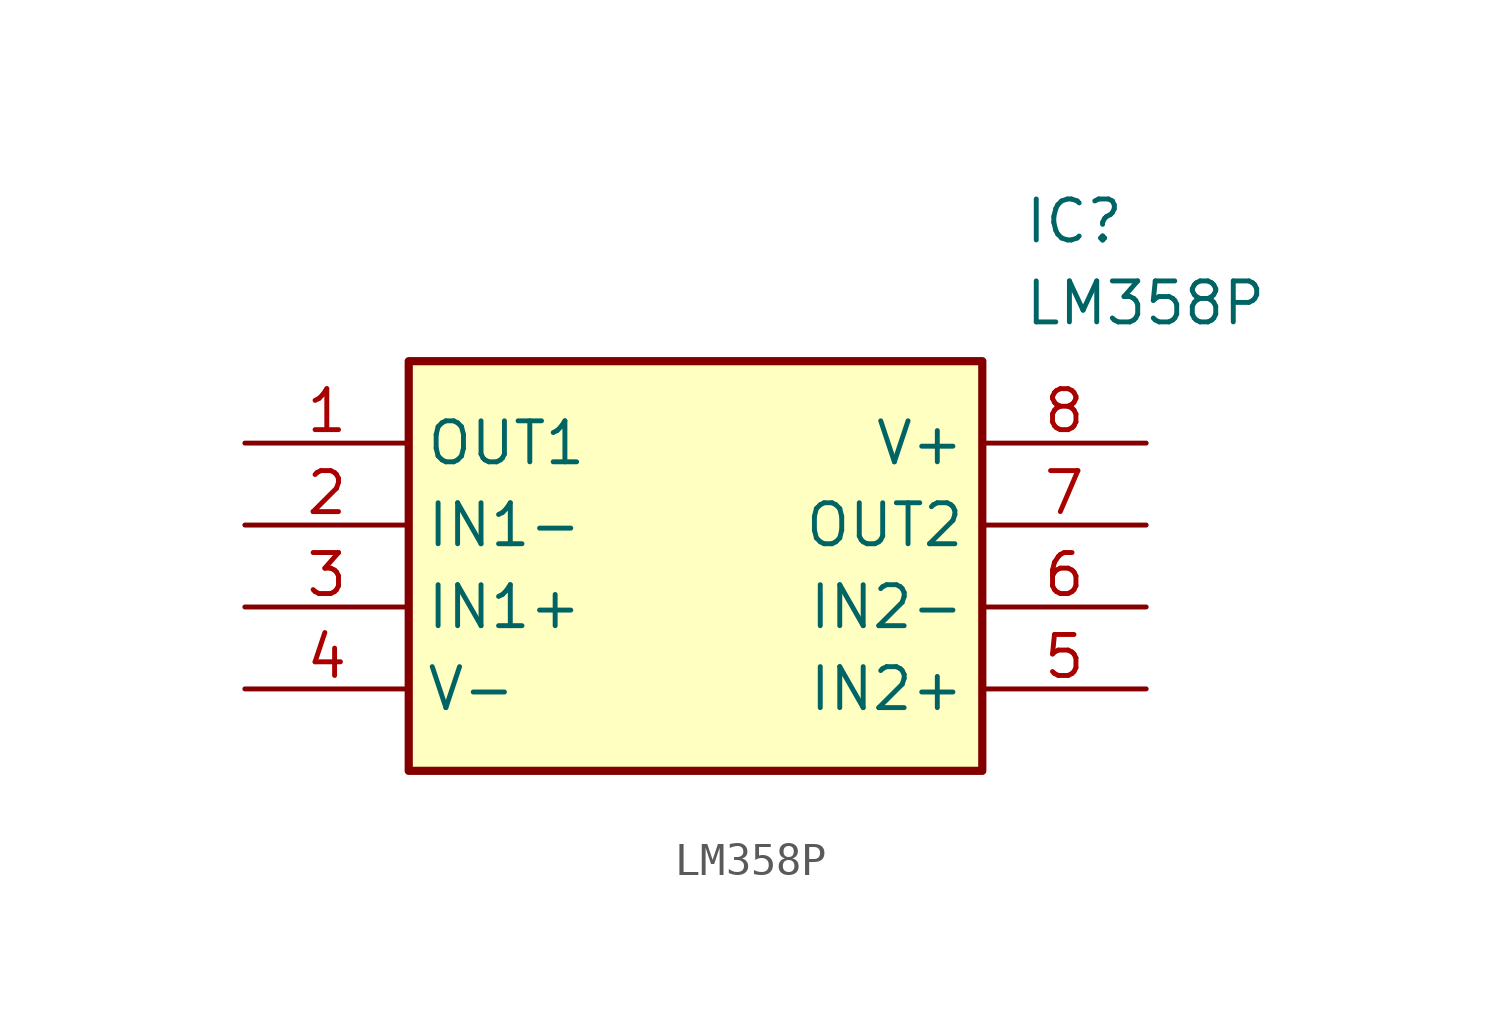
<source format=kicad_sym>
(kicad_symbol_lib
  (version 20211014)
  (generator SamacSys_ECAD_Model)
  (symbol "LM358P"
    (property "Reference" "IC"
      (at 24.13 7.62 0)
      (effects (font (size 1.27 1.27)) (justify left top)))
    (property "Value" "LM358P"
      (at 24.13 5.08 0)
      (effects (font (size 1.27 1.27)) (justify left top)))
    (rectangle
      (start 5.08 2.54)
      (end 22.86 -10.16)
      (stroke (width 0.254) (type default))
      (fill (type background)))
    (pin passive line
      (at 0 0 0)
      (length 5.08)
      (name "OUT1" (effects (font (size 1.27 1.27))))
      (number "1" (effects (font (size 1.27 1.27)))))
    (pin passive line
      (at 0 -2.54 0)
      (length 5.08)
      (name "IN1-" (effects (font (size 1.27 1.27))))
      (number "2" (effects (font (size 1.27 1.27)))))
    (pin passive line
      (at 0 -5.08 0)
      (length 5.08)
      (name "IN1+" (effects (font (size 1.27 1.27))))
      (number "3" (effects (font (size 1.27 1.27)))))
    (pin passive line
      (at 0 -7.62 0)
      (length 5.08)
      (name "V-" (effects (font (size 1.27 1.27))))
      (number "4" (effects (font (size 1.27 1.27)))))
    (pin passive line
      (at 27.94 0 180)
      (length 5.08)
      (name "V+" (effects (font (size 1.27 1.27))))
      (number "8" (effects (font (size 1.27 1.27)))))
    (pin passive line
      (at 27.94 -2.54 180)
      (length 5.08)
      (name "OUT2" (effects (font (size 1.27 1.27))))
      (number "7" (effects (font (size 1.27 1.27)))))
    (pin passive line
      (at 27.94 -5.08 180)
      (length 5.08)
      (name "IN2-" (effects (font (size 1.27 1.27))))
      (number "6" (effects (font (size 1.27 1.27)))))
    (pin passive line
      (at 27.94 -7.62 180)
      (length 5.08)
      (name "IN2+" (effects (font (size 1.27 1.27))))
      (number "5" (effects (font (size 1.27 1.27)))))))
</source>
